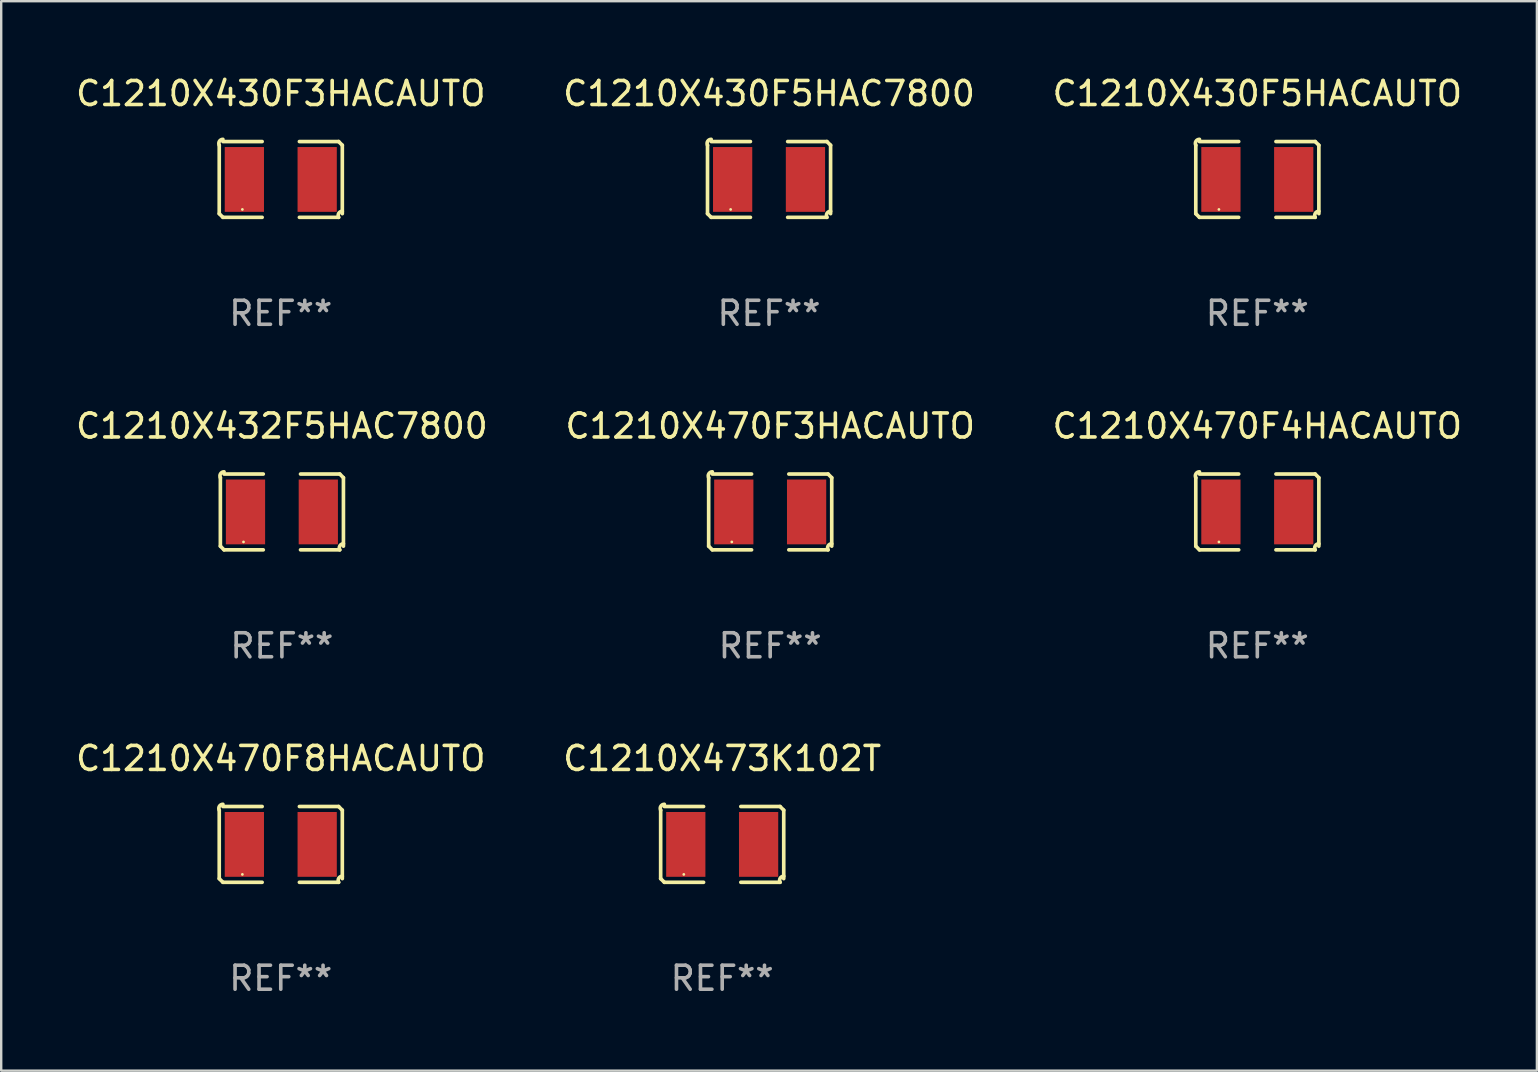
<source format=kicad_pcb>
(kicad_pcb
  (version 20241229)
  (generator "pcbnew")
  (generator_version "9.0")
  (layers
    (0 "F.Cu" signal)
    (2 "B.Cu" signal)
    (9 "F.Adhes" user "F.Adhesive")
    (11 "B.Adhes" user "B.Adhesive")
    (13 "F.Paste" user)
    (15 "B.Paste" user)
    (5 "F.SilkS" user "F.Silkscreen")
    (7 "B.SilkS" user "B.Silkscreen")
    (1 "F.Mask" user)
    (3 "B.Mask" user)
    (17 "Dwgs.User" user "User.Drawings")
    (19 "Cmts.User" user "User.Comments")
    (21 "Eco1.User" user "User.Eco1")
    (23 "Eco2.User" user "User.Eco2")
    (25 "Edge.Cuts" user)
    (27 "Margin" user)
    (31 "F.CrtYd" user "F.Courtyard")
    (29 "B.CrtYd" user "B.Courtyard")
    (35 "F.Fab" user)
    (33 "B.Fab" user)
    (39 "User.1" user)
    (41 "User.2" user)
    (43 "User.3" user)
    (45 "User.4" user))
  (footprint "C1210X470F8HACAUTO"
    (layer "F.Cu")
    (at 8.649 32.134)
    (property "Reference" "C1210X470F8HACAUTO" (at 0 -3.579 0) (layer "F.SilkS") (effects (font (size 1 1) (thickness 0.15))))
    (attr through_hole)
    (fp_line (start -2.564 1.426) (end -2.564 -1.426) (stroke (width 0.152) (type solid)) (layer "F.SilkS"))
    (fp_line (start -2.411 -1.579) (end -0.776 -1.579) (stroke (width 0.152) (type solid)) (layer "F.SilkS"))
    (fp_line (start -0.776 1.579) (end -2.411 1.579) (stroke (width 0.152) (type solid)) (layer "F.SilkS"))
    (fp_line (start 0.776 1.579) (end 2.411 1.579) (stroke (width 0.152) (type solid)) (layer "F.SilkS"))
    (fp_line (start 2.411 -1.579) (end 0.776 -1.579) (stroke (width 0.152) (type solid)) (layer "F.SilkS"))
    (fp_line (start 2.564 1.426) (end 2.564 -1.426) (stroke (width 0.152) (type solid)) (layer "F.SilkS"))
    (fp_arc (start -2.563602 -1.426213) (mid -2.555597 -1.591233) (end -2.411201 -1.671518) (stroke (width 0.1524) (type solid)) (layer "F.SilkS"))
    (fp_arc (start -2.5636 1.426214) (mid -2.487389 1.502402) (end -2.411201 1.578613) (stroke (width 0.1524) (type solid)) (layer "F.SilkS"))
    (fp_arc (start 2.411197 -1.578618) (mid 2.487403 -1.502419) (end 2.563602 -1.426213) (stroke (width 0.1524) (type solid)) (layer "F.SilkS"))
    (fp_arc (start 2.411201 1.578613) (mid 2.416214 1.409455) (end 2.563602 1.32629) (stroke (width 0.1524) (type solid)) (layer "F.SilkS"))
    (fp_circle (center -1.6 1.25) (end -1.57 1.25) (stroke (width 0.06) (type solid)) (fill no) (layer "F.SilkS"))
    (fp_text user "REF**" (at 0 5.579 0) (layer "F.Fab") (effects (font (size 1 1) (thickness 0.15))))
    (pad "1" smd rect (at -1.517 0) (size 1.635 2.7) (layers "F.Cu" "F.Mask" "F.Paste"))
    (pad "2" smd rect (at 1.517 0) (size 1.635 2.7) (layers "F.Cu" "F.Mask" "F.Paste")))
  (footprint "C1210X430F5HAC7800"
    (layer "F.Cu")
    (at 28.994 4.427)
    (property "Reference" "C1210X430F5HAC7800" (at 0 -3.579 0) (layer "F.SilkS") (effects (font (size 1 1) (thickness 0.15))))
    (attr through_hole)
    (fp_line (start -2.564 1.426) (end -2.564 -1.426) (stroke (width 0.152) (type solid)) (layer "F.SilkS"))
    (fp_line (start -2.411 -1.579) (end -0.776 -1.579) (stroke (width 0.152) (type solid)) (layer "F.SilkS"))
    (fp_line (start -0.776 1.579) (end -2.411 1.579) (stroke (width 0.152) (type solid)) (layer "F.SilkS"))
    (fp_line (start 0.776 1.579) (end 2.411 1.579) (stroke (width 0.152) (type solid)) (layer "F.SilkS"))
    (fp_line (start 2.411 -1.579) (end 0.776 -1.579) (stroke (width 0.152) (type solid)) (layer "F.SilkS"))
    (fp_line (start 2.564 1.426) (end 2.564 -1.426) (stroke (width 0.152) (type solid)) (layer "F.SilkS"))
    (fp_arc (start -2.563602 -1.426213) (mid -2.555597 -1.591233) (end -2.411201 -1.671518) (stroke (width 0.1524) (type solid)) (layer "F.SilkS"))
    (fp_arc (start -2.5636 1.426214) (mid -2.487389 1.502402) (end -2.411201 1.578613) (stroke (width 0.1524) (type solid)) (layer "F.SilkS"))
    (fp_arc (start 2.411197 -1.578618) (mid 2.487403 -1.502419) (end 2.563602 -1.426213) (stroke (width 0.1524) (type solid)) (layer "F.SilkS"))
    (fp_arc (start 2.411201 1.578613) (mid 2.416214 1.409455) (end 2.563602 1.32629) (stroke (width 0.1524) (type solid)) (layer "F.SilkS"))
    (fp_circle (center -1.6 1.25) (end -1.57 1.25) (stroke (width 0.06) (type solid)) (fill no) (layer "F.SilkS"))
    (fp_text user "REF**" (at 0 5.579 0) (layer "F.Fab") (effects (font (size 1 1) (thickness 0.15))))
    (pad "1" smd rect (at -1.517 0) (size 1.635 2.7) (layers "F.Cu" "F.Mask" "F.Paste"))
    (pad "2" smd rect (at 1.517 0) (size 1.635 2.7) (layers "F.Cu" "F.Mask" "F.Paste")))
  (footprint "C1210X432F5HAC7800"
    (layer "F.Cu")
    (at 8.696 18.281)
    (property "Reference" "C1210X432F5HAC7800" (at 0 -3.579 0) (layer "F.SilkS") (effects (font (size 1 1) (thickness 0.15))))
    (attr through_hole)
    (fp_line (start -2.564 1.426) (end -2.564 -1.426) (stroke (width 0.152) (type solid)) (layer "F.SilkS"))
    (fp_line (start -2.411 -1.579) (end -0.776 -1.579) (stroke (width 0.152) (type solid)) (layer "F.SilkS"))
    (fp_line (start -0.776 1.579) (end -2.411 1.579) (stroke (width 0.152) (type solid)) (layer "F.SilkS"))
    (fp_line (start 0.776 1.579) (end 2.411 1.579) (stroke (width 0.152) (type solid)) (layer "F.SilkS"))
    (fp_line (start 2.411 -1.579) (end 0.776 -1.579) (stroke (width 0.152) (type solid)) (layer "F.SilkS"))
    (fp_line (start 2.564 1.426) (end 2.564 -1.426) (stroke (width 0.152) (type solid)) (layer "F.SilkS"))
    (fp_arc (start -2.563602 -1.426213) (mid -2.555597 -1.591233) (end -2.411201 -1.671518) (stroke (width 0.1524) (type solid)) (layer "F.SilkS"))
    (fp_arc (start -2.5636 1.426214) (mid -2.487389 1.502402) (end -2.411201 1.578613) (stroke (width 0.1524) (type solid)) (layer "F.SilkS"))
    (fp_arc (start 2.411197 -1.578618) (mid 2.487403 -1.502419) (end 2.563602 -1.426213) (stroke (width 0.1524) (type solid)) (layer "F.SilkS"))
    (fp_arc (start 2.411201 1.578613) (mid 2.416214 1.409455) (end 2.563602 1.32629) (stroke (width 0.1524) (type solid)) (layer "F.SilkS"))
    (fp_circle (center -1.6 1.25) (end -1.57 1.25) (stroke (width 0.06) (type solid)) (fill no) (layer "F.SilkS"))
    (fp_text user "REF**" (at 0 5.579 0) (layer "F.Fab") (effects (font (size 1 1) (thickness 0.15))))
    (pad "1" smd rect (at -1.517 0) (size 1.635 2.7) (layers "F.Cu" "F.Mask" "F.Paste"))
    (pad "2" smd rect (at 1.517 0) (size 1.635 2.7) (layers "F.Cu" "F.Mask" "F.Paste")))
  (footprint "C1210X470F4HACAUTO"
    (layer "F.Cu")
    (at 49.339 18.281)
    (property "Reference" "C1210X470F4HACAUTO" (at 0 -3.579 0) (layer "F.SilkS") (effects (font (size 1 1) (thickness 0.15))))
    (attr through_hole)
    (fp_line (start -2.564 1.426) (end -2.564 -1.426) (stroke (width 0.152) (type solid)) (layer "F.SilkS"))
    (fp_line (start -2.411 -1.579) (end -0.776 -1.579) (stroke (width 0.152) (type solid)) (layer "F.SilkS"))
    (fp_line (start -0.776 1.579) (end -2.411 1.579) (stroke (width 0.152) (type solid)) (layer "F.SilkS"))
    (fp_line (start 0.776 1.579) (end 2.411 1.579) (stroke (width 0.152) (type solid)) (layer "F.SilkS"))
    (fp_line (start 2.411 -1.579) (end 0.776 -1.579) (stroke (width 0.152) (type solid)) (layer "F.SilkS"))
    (fp_line (start 2.564 1.426) (end 2.564 -1.426) (stroke (width 0.152) (type solid)) (layer "F.SilkS"))
    (fp_arc (start -2.563602 -1.426213) (mid -2.555597 -1.591233) (end -2.411201 -1.671518) (stroke (width 0.1524) (type solid)) (layer "F.SilkS"))
    (fp_arc (start -2.5636 1.426214) (mid -2.487389 1.502402) (end -2.411201 1.578613) (stroke (width 0.1524) (type solid)) (layer "F.SilkS"))
    (fp_arc (start 2.411197 -1.578618) (mid 2.487403 -1.502419) (end 2.563602 -1.426213) (stroke (width 0.1524) (type solid)) (layer "F.SilkS"))
    (fp_arc (start 2.411201 1.578613) (mid 2.416214 1.409455) (end 2.563602 1.32629) (stroke (width 0.1524) (type solid)) (layer "F.SilkS"))
    (fp_circle (center -1.6 1.25) (end -1.57 1.25) (stroke (width 0.06) (type solid)) (fill no) (layer "F.SilkS"))
    (fp_text user "REF**" (at 0 5.579 0) (layer "F.Fab") (effects (font (size 1 1) (thickness 0.15))))
    (pad "1" smd rect (at -1.517 0) (size 1.635 2.7) (layers "F.Cu" "F.Mask" "F.Paste"))
    (pad "2" smd rect (at 1.517 0) (size 1.635 2.7) (layers "F.Cu" "F.Mask" "F.Paste")))
  (footprint "C1210X470F3HACAUTO"
    (layer "F.Cu")
    (at 29.042 18.281)
    (property "Reference" "C1210X470F3HACAUTO" (at 0 -3.579 0) (layer "F.SilkS") (effects (font (size 1 1) (thickness 0.15))))
    (attr through_hole)
    (fp_line (start -2.564 1.426) (end -2.564 -1.426) (stroke (width 0.152) (type solid)) (layer "F.SilkS"))
    (fp_line (start -2.411 -1.579) (end -0.776 -1.579) (stroke (width 0.152) (type solid)) (layer "F.SilkS"))
    (fp_line (start -0.776 1.579) (end -2.411 1.579) (stroke (width 0.152) (type solid)) (layer "F.SilkS"))
    (fp_line (start 0.776 1.579) (end 2.411 1.579) (stroke (width 0.152) (type solid)) (layer "F.SilkS"))
    (fp_line (start 2.411 -1.579) (end 0.776 -1.579) (stroke (width 0.152) (type solid)) (layer "F.SilkS"))
    (fp_line (start 2.564 1.426) (end 2.564 -1.426) (stroke (width 0.152) (type solid)) (layer "F.SilkS"))
    (fp_arc (start -2.563602 -1.426213) (mid -2.555597 -1.591233) (end -2.411201 -1.671518) (stroke (width 0.1524) (type solid)) (layer "F.SilkS"))
    (fp_arc (start -2.5636 1.426214) (mid -2.487389 1.502402) (end -2.411201 1.578613) (stroke (width 0.1524) (type solid)) (layer "F.SilkS"))
    (fp_arc (start 2.411197 -1.578618) (mid 2.487403 -1.502419) (end 2.563602 -1.426213) (stroke (width 0.1524) (type solid)) (layer "F.SilkS"))
    (fp_arc (start 2.411201 1.578613) (mid 2.416214 1.409455) (end 2.563602 1.32629) (stroke (width 0.1524) (type solid)) (layer "F.SilkS"))
    (fp_circle (center -1.6 1.25) (end -1.57 1.25) (stroke (width 0.06) (type solid)) (fill no) (layer "F.SilkS"))
    (fp_text user "REF**" (at 0 5.579 0) (layer "F.Fab") (effects (font (size 1 1) (thickness 0.15))))
    (pad "1" smd rect (at -1.517 0) (size 1.635 2.7) (layers "F.Cu" "F.Mask" "F.Paste"))
    (pad "2" smd rect (at 1.517 0) (size 1.635 2.7) (layers "F.Cu" "F.Mask" "F.Paste")))
  (footprint "C1210X430F5HACAUTO"
    (layer "F.Cu")
    (at 49.339 4.427)
    (property "Reference" "C1210X430F5HACAUTO" (at 0 -3.579 0) (layer "F.SilkS") (effects (font (size 1 1) (thickness 0.15))))
    (attr through_hole)
    (fp_line (start -2.564 1.426) (end -2.564 -1.426) (stroke (width 0.152) (type solid)) (layer "F.SilkS"))
    (fp_line (start -2.411 -1.579) (end -0.776 -1.579) (stroke (width 0.152) (type solid)) (layer "F.SilkS"))
    (fp_line (start -0.776 1.579) (end -2.411 1.579) (stroke (width 0.152) (type solid)) (layer "F.SilkS"))
    (fp_line (start 0.776 1.579) (end 2.411 1.579) (stroke (width 0.152) (type solid)) (layer "F.SilkS"))
    (fp_line (start 2.411 -1.579) (end 0.776 -1.579) (stroke (width 0.152) (type solid)) (layer "F.SilkS"))
    (fp_line (start 2.564 1.426) (end 2.564 -1.426) (stroke (width 0.152) (type solid)) (layer "F.SilkS"))
    (fp_arc (start -2.563602 -1.426213) (mid -2.555597 -1.591233) (end -2.411201 -1.671518) (stroke (width 0.1524) (type solid)) (layer "F.SilkS"))
    (fp_arc (start -2.5636 1.426214) (mid -2.487389 1.502402) (end -2.411201 1.578613) (stroke (width 0.1524) (type solid)) (layer "F.SilkS"))
    (fp_arc (start 2.411197 -1.578618) (mid 2.487403 -1.502419) (end 2.563602 -1.426213) (stroke (width 0.1524) (type solid)) (layer "F.SilkS"))
    (fp_arc (start 2.411201 1.578613) (mid 2.416214 1.409455) (end 2.563602 1.32629) (stroke (width 0.1524) (type solid)) (layer "F.SilkS"))
    (fp_circle (center -1.6 1.25) (end -1.57 1.25) (stroke (width 0.06) (type solid)) (fill no) (layer "F.SilkS"))
    (fp_text user "REF**" (at 0 5.579 0) (layer "F.Fab") (effects (font (size 1 1) (thickness 0.15))))
    (pad "1" smd rect (at -1.517 0) (size 1.635 2.7) (layers "F.Cu" "F.Mask" "F.Paste"))
    (pad "2" smd rect (at 1.517 0) (size 1.635 2.7) (layers "F.Cu" "F.Mask" "F.Paste")))
  (footprint "C1210X430F3HACAUTO"
    (layer "F.Cu")
    (at 8.649 4.427)
    (property "Reference" "C1210X430F3HACAUTO" (at 0 -3.579 0) (layer "F.SilkS") (effects (font (size 1 1) (thickness 0.15))))
    (attr through_hole)
    (fp_line (start -2.564 1.426) (end -2.564 -1.426) (stroke (width 0.152) (type solid)) (layer "F.SilkS"))
    (fp_line (start -2.411 -1.579) (end -0.776 -1.579) (stroke (width 0.152) (type solid)) (layer "F.SilkS"))
    (fp_line (start -0.776 1.579) (end -2.411 1.579) (stroke (width 0.152) (type solid)) (layer "F.SilkS"))
    (fp_line (start 0.776 1.579) (end 2.411 1.579) (stroke (width 0.152) (type solid)) (layer "F.SilkS"))
    (fp_line (start 2.411 -1.579) (end 0.776 -1.579) (stroke (width 0.152) (type solid)) (layer "F.SilkS"))
    (fp_line (start 2.564 1.426) (end 2.564 -1.426) (stroke (width 0.152) (type solid)) (layer "F.SilkS"))
    (fp_arc (start -2.563602 -1.426213) (mid -2.555597 -1.591233) (end -2.411201 -1.671518) (stroke (width 0.1524) (type solid)) (layer "F.SilkS"))
    (fp_arc (start -2.5636 1.426214) (mid -2.487389 1.502402) (end -2.411201 1.578613) (stroke (width 0.1524) (type solid)) (layer "F.SilkS"))
    (fp_arc (start 2.411197 -1.578618) (mid 2.487403 -1.502419) (end 2.563602 -1.426213) (stroke (width 0.1524) (type solid)) (layer "F.SilkS"))
    (fp_arc (start 2.411201 1.578613) (mid 2.416214 1.409455) (end 2.563602 1.32629) (stroke (width 0.1524) (type solid)) (layer "F.SilkS"))
    (fp_circle (center -1.6 1.25) (end -1.57 1.25) (stroke (width 0.06) (type solid)) (fill no) (layer "F.SilkS"))
    (fp_text user "REF**" (at 0 5.579 0) (layer "F.Fab") (effects (font (size 1 1) (thickness 0.15))))
    (pad "1" smd rect (at -1.517 0) (size 1.635 2.7) (layers "F.Cu" "F.Mask" "F.Paste"))
    (pad "2" smd rect (at 1.517 0) (size 1.635 2.7) (layers "F.Cu" "F.Mask" "F.Paste")))
  (footprint "C1210X473K102T"
    (layer "F.Cu")
    (at 27.042 32.134)
    (property "Reference" "C1210X473K102T" (at 0 -3.579 0) (layer "F.SilkS") (effects (font (size 1 1) (thickness 0.15))))
    (attr through_hole)
    (fp_line (start -2.564 1.426) (end -2.564 -1.426) (stroke (width 0.152) (type solid)) (layer "F.SilkS"))
    (fp_line (start -2.411 -1.579) (end -0.776 -1.579) (stroke (width 0.152) (type solid)) (layer "F.SilkS"))
    (fp_line (start -0.776 1.579) (end -2.411 1.579) (stroke (width 0.152) (type solid)) (layer "F.SilkS"))
    (fp_line (start 0.776 1.579) (end 2.411 1.579) (stroke (width 0.152) (type solid)) (layer "F.SilkS"))
    (fp_line (start 2.411 -1.579) (end 0.776 -1.579) (stroke (width 0.152) (type solid)) (layer "F.SilkS"))
    (fp_line (start 2.564 1.426) (end 2.564 -1.426) (stroke (width 0.152) (type solid)) (layer "F.SilkS"))
    (fp_arc (start -2.563602 -1.426213) (mid -2.555597 -1.591233) (end -2.411201 -1.671518) (stroke (width 0.1524) (type solid)) (layer "F.SilkS"))
    (fp_arc (start -2.5636 1.426214) (mid -2.487389 1.502402) (end -2.411201 1.578613) (stroke (width 0.1524) (type solid)) (layer "F.SilkS"))
    (fp_arc (start 2.411197 -1.578618) (mid 2.487403 -1.502419) (end 2.563602 -1.426213) (stroke (width 0.1524) (type solid)) (layer "F.SilkS"))
    (fp_arc (start 2.411201 1.578613) (mid 2.416214 1.409455) (end 2.563602 1.32629) (stroke (width 0.1524) (type solid)) (layer "F.SilkS"))
    (fp_circle (center -1.6 1.25) (end -1.57 1.25) (stroke (width 0.06) (type solid)) (fill no) (layer "F.SilkS"))
    (fp_text user "REF**" (at 0 5.579 0) (layer "F.Fab") (effects (font (size 1 1) (thickness 0.15))))
    (pad "1" smd rect (at -1.517 0) (size 1.635 2.7) (layers "F.Cu" "F.Mask" "F.Paste"))
    (pad "2" smd rect (at 1.517 0) (size 1.635 2.7) (layers "F.Cu" "F.Mask" "F.Paste")))
  (gr_rect
    (start -3 -3)
    (end 60.988 41.561)
    (stroke (width 0.1) (type default))
    (fill no)
    (layer "Edge.Cuts")))
</source>
